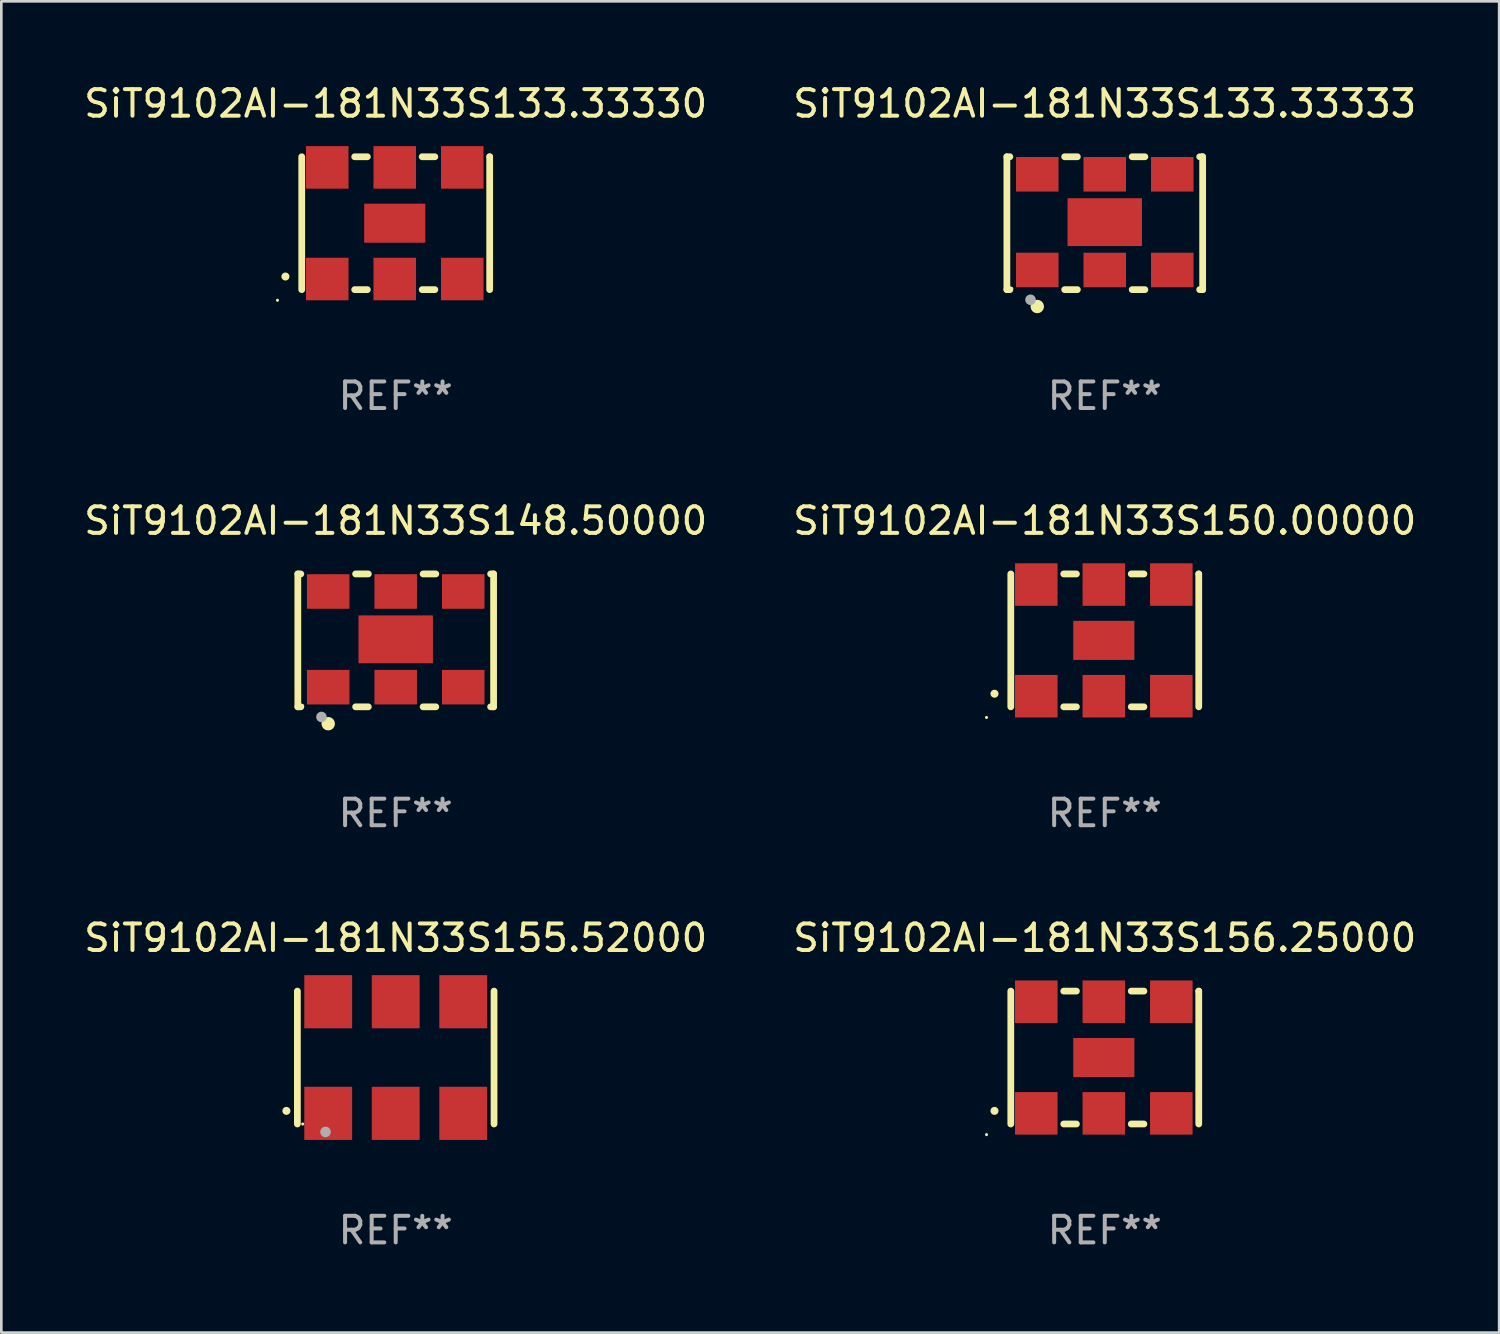
<source format=kicad_pcb>
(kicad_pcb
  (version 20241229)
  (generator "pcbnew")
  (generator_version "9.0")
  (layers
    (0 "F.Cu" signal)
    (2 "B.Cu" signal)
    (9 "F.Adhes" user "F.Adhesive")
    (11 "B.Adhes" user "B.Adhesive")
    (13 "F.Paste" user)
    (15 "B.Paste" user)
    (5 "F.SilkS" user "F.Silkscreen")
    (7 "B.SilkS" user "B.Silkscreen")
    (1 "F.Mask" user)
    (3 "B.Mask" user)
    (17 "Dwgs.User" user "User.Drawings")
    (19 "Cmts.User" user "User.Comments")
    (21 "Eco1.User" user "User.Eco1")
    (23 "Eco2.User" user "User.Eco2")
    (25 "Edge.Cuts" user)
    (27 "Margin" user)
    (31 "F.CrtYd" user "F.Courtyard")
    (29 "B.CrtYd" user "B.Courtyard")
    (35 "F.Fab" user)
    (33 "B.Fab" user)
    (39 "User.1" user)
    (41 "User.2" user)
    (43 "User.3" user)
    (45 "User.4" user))
  (footprint "SiT9102AI-181N33S133.33333"
    (layer "F.Cu")
    (at 38.518 5.348)
    (property "Reference" "SiT9102AI-181N33S133.33333" (at 0 -4.5 0) (layer "F.SilkS") (effects (font (size 1 1) (thickness 0.15))))
    (attr through_hole)
    (fp_line (start -3.683 -2.5) (end -3.571 -2.5) (stroke (width 0.254) (type solid)) (layer "F.SilkS"))
    (fp_line (start -3.683 2.5) (end -3.683 -2.5) (stroke (width 0.254) (type solid)) (layer "F.SilkS"))
    (fp_line (start -3.683 2.5) (end -3.571 2.5) (stroke (width 0.254) (type solid)) (layer "F.SilkS"))
    (fp_line (start -1.509 -2.5) (end -1.031 -2.5) (stroke (width 0.254) (type solid)) (layer "F.SilkS"))
    (fp_line (start -1.509 2.5) (end -1.031 2.5) (stroke (width 0.254) (type solid)) (layer "F.SilkS"))
    (fp_line (start 1.031 -2.5) (end 1.509 -2.5) (stroke (width 0.254) (type solid)) (layer "F.SilkS"))
    (fp_line (start 1.031 2.5) (end 1.509 2.5) (stroke (width 0.254) (type solid)) (layer "F.SilkS"))
    (fp_line (start 3.571 -2.5) (end 3.683 -2.5) (stroke (width 0.254) (type solid)) (layer "F.SilkS"))
    (fp_line (start 3.571 2.5) (end 3.683 2.5) (stroke (width 0.254) (type solid)) (layer "F.SilkS"))
    (fp_line (start 3.683 2.5) (end 3.683 -2.5) (stroke (width 0.254) (type solid)) (layer "F.SilkS"))
    (fp_circle (center -3.5 2.46) (end -3.47 2.46) (stroke (width 0.06) (type solid)) (fill no) (layer "F.SilkS"))
    (fp_circle (center -2.54 3.135) (end -2.413 3.135) (stroke (width 0.254) (type solid)) (fill no) (layer "F.SilkS"))
    (fp_circle (center -2.794 2.881) (end -2.694 2.881) (stroke (width 0.2) (type solid)) (fill no) (layer "F.Fab"))
    (fp_text user "REF**" (at 0 6.5 0) (layer "F.Fab") (effects (font (size 1 1) (thickness 0.15))))
    (pad "1" smd rect (at -2.54 1.76) (size 1.6 1.3) (layers "F.Cu" "F.Mask" "F.Paste"))
    (pad "2" smd rect (at 0 1.76) (size 1.6 1.3) (layers "F.Cu" "F.Mask" "F.Paste"))
    (pad "3" smd rect (at 2.54 1.76) (size 1.6 1.3) (layers "F.Cu" "F.Mask" "F.Paste"))
    (pad "4" smd rect (at 2.54 -1.84) (size 1.6 1.3) (layers "F.Cu" "F.Mask" "F.Paste"))
    (pad "5" smd rect (at 0 -1.84) (size 1.6 1.3) (layers "F.Cu" "F.Mask" "F.Paste"))
    (pad "6" smd rect (at -2.54 -1.84) (size 1.6 1.3) (layers "F.Cu" "F.Mask" "F.Paste"))
    (pad "7" smd rect (at 0 -0.04) (size 2.8 1.8) (layers "F.Cu" "F.Mask" "F.Paste")))
  (footprint "SiT9102AI-181N33S133.33330"
    (layer "F.Cu")
    (at 11.839 5.348)
    (property "Reference" "SiT9102AI-181N33S133.33330" (at 0 -4.5 0) (layer "F.SilkS") (effects (font (size 1 1) (thickness 0.15))))
    (attr through_hole)
    (fp_line (start -3.536 -2.5) (end -3.536 2.5) (stroke (width 0.254) (type solid)) (layer "F.SilkS"))
    (fp_line (start -1.544 2.5) (end -1.067 2.5) (stroke (width 0.254) (type solid)) (layer "F.SilkS"))
    (fp_line (start -1.067 -2.5) (end -1.544 -2.5) (stroke (width 0.254) (type solid)) (layer "F.SilkS"))
    (fp_line (start 0.996 2.5) (end 1.473 2.5) (stroke (width 0.254) (type solid)) (layer "F.SilkS"))
    (fp_line (start 1.473 -2.5) (end 0.996 -2.5) (stroke (width 0.254) (type solid)) (layer "F.SilkS"))
    (fp_line (start 3.536 -2.5) (end 3.536 -2.5) (stroke (width 0.254) (type solid)) (layer "F.SilkS"))
    (fp_line (start 3.536 2.5) (end 3.536 -2.5) (stroke (width 0.254) (type solid)) (layer "F.SilkS"))
    (fp_arc (start -4.150432 2.006604) (mid -4.149162 2.006599) (end -4.147892 2.006604) (stroke (width 0.3) (type solid)) (layer "F.SilkS"))
    (fp_circle (center -4.449 2.9) (end -4.419 2.9) (stroke (width 0.06) (type solid)) (fill no) (layer "F.SilkS"))
    (fp_text user "REF**" (at 0 6.5 0) (layer "F.Fab") (effects (font (size 1 1) (thickness 0.15))))
    (pad "1" smd rect (at -2.576 2.1) (size 1.6 1.6) (layers "F.Cu" "F.Mask" "F.Paste"))
    (pad "2" smd rect (at -0.036 2.1) (size 1.6 1.6) (layers "F.Cu" "F.Mask" "F.Paste"))
    (pad "3" smd rect (at 2.504 2.1) (size 1.6 1.6) (layers "F.Cu" "F.Mask" "F.Paste"))
    (pad "4" smd rect (at 2.504 -2.1) (size 1.6 1.6) (layers "F.Cu" "F.Mask" "F.Paste"))
    (pad "5" smd rect (at -0.036 -2.1) (size 1.6 1.6) (layers "F.Cu" "F.Mask" "F.Paste"))
    (pad "6" smd rect (at -2.576 -2.1) (size 1.6 1.6) (layers "F.Cu" "F.Mask" "F.Paste"))
    (pad "7" smd rect (at -0.036 0) (size 2.3 1.47) (layers "F.Cu" "F.Mask" "F.Paste")))
  (footprint "SiT9102AI-181N33S150.00000"
    (layer "F.Cu")
    (at 38.518 21.045)
    (property "Reference" "SiT9102AI-181N33S150.00000" (at 0 -4.5 0) (layer "F.SilkS") (effects (font (size 1 1) (thickness 0.15))))
    (attr through_hole)
    (fp_line (start -3.536 -2.5) (end -3.536 2.5) (stroke (width 0.254) (type solid)) (layer "F.SilkS"))
    (fp_line (start -1.544 2.5) (end -1.067 2.5) (stroke (width 0.254) (type solid)) (layer "F.SilkS"))
    (fp_line (start -1.067 -2.5) (end -1.544 -2.5) (stroke (width 0.254) (type solid)) (layer "F.SilkS"))
    (fp_line (start 0.996 2.5) (end 1.473 2.5) (stroke (width 0.254) (type solid)) (layer "F.SilkS"))
    (fp_line (start 1.473 -2.5) (end 0.996 -2.5) (stroke (width 0.254) (type solid)) (layer "F.SilkS"))
    (fp_line (start 3.536 -2.5) (end 3.536 -2.5) (stroke (width 0.254) (type solid)) (layer "F.SilkS"))
    (fp_line (start 3.536 2.5) (end 3.536 -2.5) (stroke (width 0.254) (type solid)) (layer "F.SilkS"))
    (fp_arc (start -4.150432 2.006604) (mid -4.149162 2.006599) (end -4.147892 2.006604) (stroke (width 0.3) (type solid)) (layer "F.SilkS"))
    (fp_circle (center -4.449 2.9) (end -4.419 2.9) (stroke (width 0.06) (type solid)) (fill no) (layer "F.SilkS"))
    (fp_text user "REF**" (at 0 6.5 0) (layer "F.Fab") (effects (font (size 1 1) (thickness 0.15))))
    (pad "1" smd rect (at -2.576 2.1) (size 1.6 1.6) (layers "F.Cu" "F.Mask" "F.Paste"))
    (pad "2" smd rect (at -0.036 2.1) (size 1.6 1.6) (layers "F.Cu" "F.Mask" "F.Paste"))
    (pad "3" smd rect (at 2.504 2.1) (size 1.6 1.6) (layers "F.Cu" "F.Mask" "F.Paste"))
    (pad "4" smd rect (at 2.504 -2.1) (size 1.6 1.6) (layers "F.Cu" "F.Mask" "F.Paste"))
    (pad "5" smd rect (at -0.036 -2.1) (size 1.6 1.6) (layers "F.Cu" "F.Mask" "F.Paste"))
    (pad "6" smd rect (at -2.576 -2.1) (size 1.6 1.6) (layers "F.Cu" "F.Mask" "F.Paste"))
    (pad "7" smd rect (at -0.036 0) (size 2.3 1.47) (layers "F.Cu" "F.Mask" "F.Paste")))
  (footprint "SiT9102AI-181N33S148.50000"
    (layer "F.Cu")
    (at 11.839 21.045)
    (property "Reference" "SiT9102AI-181N33S148.50000" (at 0 -4.5 0) (layer "F.SilkS") (effects (font (size 1 1) (thickness 0.15))))
    (attr through_hole)
    (fp_line (start -3.683 -2.5) (end -3.571 -2.5) (stroke (width 0.254) (type solid)) (layer "F.SilkS"))
    (fp_line (start -3.683 2.5) (end -3.683 -2.5) (stroke (width 0.254) (type solid)) (layer "F.SilkS"))
    (fp_line (start -3.683 2.5) (end -3.571 2.5) (stroke (width 0.254) (type solid)) (layer "F.SilkS"))
    (fp_line (start -1.509 -2.5) (end -1.031 -2.5) (stroke (width 0.254) (type solid)) (layer "F.SilkS"))
    (fp_line (start -1.509 2.5) (end -1.031 2.5) (stroke (width 0.254) (type solid)) (layer "F.SilkS"))
    (fp_line (start 1.031 -2.5) (end 1.509 -2.5) (stroke (width 0.254) (type solid)) (layer "F.SilkS"))
    (fp_line (start 1.031 2.5) (end 1.509 2.5) (stroke (width 0.254) (type solid)) (layer "F.SilkS"))
    (fp_line (start 3.571 -2.5) (end 3.683 -2.5) (stroke (width 0.254) (type solid)) (layer "F.SilkS"))
    (fp_line (start 3.571 2.5) (end 3.683 2.5) (stroke (width 0.254) (type solid)) (layer "F.SilkS"))
    (fp_line (start 3.683 2.5) (end 3.683 -2.5) (stroke (width 0.254) (type solid)) (layer "F.SilkS"))
    (fp_circle (center -3.5 2.46) (end -3.47 2.46) (stroke (width 0.06) (type solid)) (fill no) (layer "F.SilkS"))
    (fp_circle (center -2.54 3.135) (end -2.413 3.135) (stroke (width 0.254) (type solid)) (fill no) (layer "F.SilkS"))
    (fp_circle (center -2.794 2.881) (end -2.694 2.881) (stroke (width 0.2) (type solid)) (fill no) (layer "F.Fab"))
    (fp_text user "REF**" (at 0 6.5 0) (layer "F.Fab") (effects (font (size 1 1) (thickness 0.15))))
    (pad "1" smd rect (at -2.54 1.76) (size 1.6 1.3) (layers "F.Cu" "F.Mask" "F.Paste"))
    (pad "2" smd rect (at 0 1.76) (size 1.6 1.3) (layers "F.Cu" "F.Mask" "F.Paste"))
    (pad "3" smd rect (at 2.54 1.76) (size 1.6 1.3) (layers "F.Cu" "F.Mask" "F.Paste"))
    (pad "4" smd rect (at 2.54 -1.84) (size 1.6 1.3) (layers "F.Cu" "F.Mask" "F.Paste"))
    (pad "5" smd rect (at 0 -1.84) (size 1.6 1.3) (layers "F.Cu" "F.Mask" "F.Paste"))
    (pad "6" smd rect (at -2.54 -1.84) (size 1.6 1.3) (layers "F.Cu" "F.Mask" "F.Paste"))
    (pad "7" smd rect (at 0 -0.04) (size 2.8 1.8) (layers "F.Cu" "F.Mask" "F.Paste")))
  (footprint "SiT9102AI-181N33S156.25000"
    (layer "F.Cu")
    (at 38.518 36.741)
    (property "Reference" "SiT9102AI-181N33S156.25000" (at 0 -4.5 0) (layer "F.SilkS") (effects (font (size 1 1) (thickness 0.15))))
    (attr through_hole)
    (fp_line (start -3.536 -2.5) (end -3.536 2.5) (stroke (width 0.254) (type solid)) (layer "F.SilkS"))
    (fp_line (start -1.544 2.5) (end -1.067 2.5) (stroke (width 0.254) (type solid)) (layer "F.SilkS"))
    (fp_line (start -1.067 -2.5) (end -1.544 -2.5) (stroke (width 0.254) (type solid)) (layer "F.SilkS"))
    (fp_line (start 0.996 2.5) (end 1.473 2.5) (stroke (width 0.254) (type solid)) (layer "F.SilkS"))
    (fp_line (start 1.473 -2.5) (end 0.996 -2.5) (stroke (width 0.254) (type solid)) (layer "F.SilkS"))
    (fp_line (start 3.536 -2.5) (end 3.536 -2.5) (stroke (width 0.254) (type solid)) (layer "F.SilkS"))
    (fp_line (start 3.536 2.5) (end 3.536 -2.5) (stroke (width 0.254) (type solid)) (layer "F.SilkS"))
    (fp_arc (start -4.150432 2.006604) (mid -4.149162 2.006599) (end -4.147892 2.006604) (stroke (width 0.3) (type solid)) (layer "F.SilkS"))
    (fp_circle (center -4.449 2.9) (end -4.419 2.9) (stroke (width 0.06) (type solid)) (fill no) (layer "F.SilkS"))
    (fp_text user "REF**" (at 0 6.5 0) (layer "F.Fab") (effects (font (size 1 1) (thickness 0.15))))
    (pad "1" smd rect (at -2.576 2.1) (size 1.6 1.6) (layers "F.Cu" "F.Mask" "F.Paste"))
    (pad "2" smd rect (at -0.036 2.1) (size 1.6 1.6) (layers "F.Cu" "F.Mask" "F.Paste"))
    (pad "3" smd rect (at 2.504 2.1) (size 1.6 1.6) (layers "F.Cu" "F.Mask" "F.Paste"))
    (pad "4" smd rect (at 2.504 -2.1) (size 1.6 1.6) (layers "F.Cu" "F.Mask" "F.Paste"))
    (pad "5" smd rect (at -0.036 -2.1) (size 1.6 1.6) (layers "F.Cu" "F.Mask" "F.Paste"))
    (pad "6" smd rect (at -2.576 -2.1) (size 1.6 1.6) (layers "F.Cu" "F.Mask" "F.Paste"))
    (pad "7" smd rect (at -0.036 0) (size 2.3 1.47) (layers "F.Cu" "F.Mask" "F.Paste")))
  (footprint "SiT9102AI-181N33S155.52000"
    (layer "F.Cu")
    (at 11.839 36.741)
    (property "Reference" "SiT9102AI-181N33S155.52000" (at 0 -4.5 0) (layer "F.SilkS") (effects (font (size 1 1) (thickness 0.15))))
    (attr through_hole)
    (fp_line (start -3.7 -2.5) (end -3.7 2.5) (stroke (width 0.254) (type solid)) (layer "F.SilkS"))
    (fp_line (start 3.7 -2.5) (end 3.7 2.5) (stroke (width 0.254) (type solid)) (layer "F.SilkS"))
    (fp_arc (start -4.114415 2.006604) (mid -4.113145 2.006599) (end -4.111875 2.006604) (stroke (width 0.3) (type solid)) (layer "F.SilkS"))
    (fp_circle (center -3.5 2.501) (end -3.47 2.501) (stroke (width 0.06) (type solid)) (fill no) (layer "F.SilkS"))
    (fp_circle (center -2.641 2.799) (end -2.541 2.799) (stroke (width 0.2) (type solid)) (fill no) (layer "F.Fab"))
    (fp_text user "REF**" (at 0 6.5 0) (layer "F.Fab") (effects (font (size 1 1) (thickness 0.15))))
    (pad "1" smd rect (at -2.54 2.1) (size 1.8 2) (layers "F.Cu" "F.Mask" "F.Paste"))
    (pad "2" smd rect (at 0.000394 2.1) (size 1.8 2) (layers "F.Cu" "F.Mask" "F.Paste"))
    (pad "3" smd rect (at 2.54 2.1) (size 1.8 2) (layers "F.Cu" "F.Mask" "F.Paste"))
    (pad "4" smd rect (at 2.54 -2.1) (size 1.8 2) (layers "F.Cu" "F.Mask" "F.Paste"))
    (pad "5" smd rect (at 0.000394 -2.1) (size 1.8 2) (layers "F.Cu" "F.Mask" "F.Paste"))
    (pad "6" smd rect (at -2.54 -2.1) (size 1.8 2) (layers "F.Cu" "F.Mask" "F.Paste")))
  (gr_rect
    (start -3 -3)
    (end 53.357 47.09)
    (stroke (width 0.1) (type default))
    (fill no)
    (layer "Edge.Cuts")))
</source>
